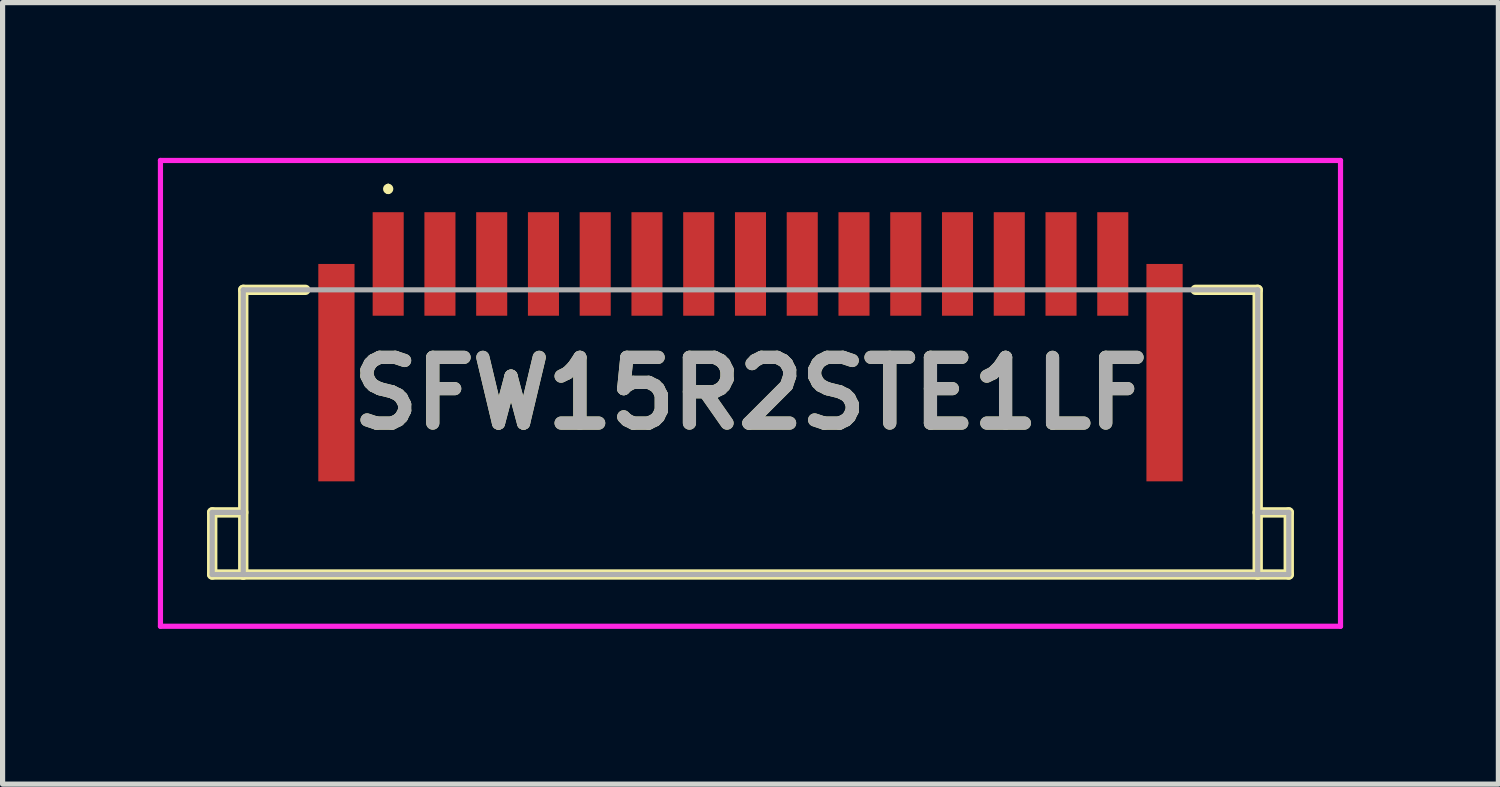
<source format=kicad_pcb>
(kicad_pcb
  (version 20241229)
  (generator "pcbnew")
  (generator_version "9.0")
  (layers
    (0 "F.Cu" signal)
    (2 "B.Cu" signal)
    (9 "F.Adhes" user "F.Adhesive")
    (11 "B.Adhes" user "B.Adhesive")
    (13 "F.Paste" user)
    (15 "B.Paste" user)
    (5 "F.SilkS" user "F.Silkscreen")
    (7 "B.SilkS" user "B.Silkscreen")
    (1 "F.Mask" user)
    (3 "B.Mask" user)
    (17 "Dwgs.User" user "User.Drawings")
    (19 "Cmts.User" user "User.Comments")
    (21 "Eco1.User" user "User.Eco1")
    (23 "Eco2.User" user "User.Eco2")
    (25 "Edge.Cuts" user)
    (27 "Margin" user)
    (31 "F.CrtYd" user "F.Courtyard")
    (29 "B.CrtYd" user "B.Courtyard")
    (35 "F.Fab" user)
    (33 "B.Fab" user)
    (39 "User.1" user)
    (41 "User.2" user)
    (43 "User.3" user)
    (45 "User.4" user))
  (footprint "SFW15R2STE1LF"
    (layer "F.Cu")
    (at 11.45 5.3)
    (property "Reference" "SFW15R2STE1LF" (at 0 -0.75 0) (layer "F.SilkS") (effects (font (size 1.27 1.27) (thickness 0.254))))
    (attr smd)
    (fp_line (start -10.4 1.55) (end -10.4 2.75) (stroke (width 0.2) (type solid)) (layer "F.SilkS"))
    (fp_line (start -10.4 2.75) (end -9.8 2.75) (stroke (width 0.2) (type solid)) (layer "F.SilkS"))
    (fp_line (start -9.8 -2.75) (end -9.8 2.75) (stroke (width 0.2) (type solid)) (layer "F.SilkS"))
    (fp_line (start -9.8 1.55) (end -10.4 1.55) (stroke (width 0.2) (type solid)) (layer "F.SilkS"))
    (fp_line (start -9.8 2.75) (end 9.8 2.75) (stroke (width 0.2) (type solid)) (layer "F.SilkS"))
    (fp_line (start -8.6 -2.75) (end -9.8 -2.75) (stroke (width 0.2) (type solid)) (layer "F.SilkS"))
    (fp_line (start -7 -4.75) (end -7 -4.75) (stroke (width 0.1) (type solid)) (layer "F.SilkS"))
    (fp_line (start -7 -4.65) (end -7 -4.65) (stroke (width 0.1) (type solid)) (layer "F.SilkS"))
    (fp_line (start 9.8 -2.75) (end 8.6 -2.75) (stroke (width 0.2) (type solid)) (layer "F.SilkS"))
    (fp_line (start 9.8 1.55) (end 10.4 1.55) (stroke (width 0.2) (type solid)) (layer "F.SilkS"))
    (fp_line (start 9.8 2.75) (end 9.8 -2.75) (stroke (width 0.2) (type solid)) (layer "F.SilkS"))
    (fp_line (start 10.4 1.55) (end 10.4 2.75) (stroke (width 0.2) (type solid)) (layer "F.SilkS"))
    (fp_line (start 10.4 2.75) (end 9.8 2.75) (stroke (width 0.2) (type solid)) (layer "F.SilkS"))
    (fp_arc (start -7 -4.75) (mid -6.95 -4.7) (end -7 -4.65) (stroke (width 0.1) (type solid)) (layer "F.SilkS"))
    (fp_arc (start -7 -4.65) (mid -7.05 -4.7) (end -7 -4.75) (stroke (width 0.1) (type solid)) (layer "F.SilkS"))
    (fp_line (start -11.4 -5.25) (end 11.4 -5.25) (stroke (width 0.1) (type solid)) (layer "F.CrtYd"))
    (fp_line (start -11.4 3.75) (end -11.4 -5.25) (stroke (width 0.1) (type solid)) (layer "F.CrtYd"))
    (fp_line (start 11.4 -5.25) (end 11.4 3.75) (stroke (width 0.1) (type solid)) (layer "F.CrtYd"))
    (fp_line (start 11.4 3.75) (end -11.4 3.75) (stroke (width 0.1) (type solid)) (layer "F.CrtYd"))
    (fp_line (start -10.4 1.55) (end -9.8 1.55) (stroke (width 0.1) (type solid)) (layer "F.Fab"))
    (fp_line (start -10.4 2.75) (end -10.4 1.55) (stroke (width 0.1) (type solid)) (layer "F.Fab"))
    (fp_line (start -9.8 -2.75) (end 9.8 -2.75) (stroke (width 0.1) (type solid)) (layer "F.Fab"))
    (fp_line (start -9.8 2.75) (end -10.4 2.75) (stroke (width 0.1) (type solid)) (layer "F.Fab"))
    (fp_line (start -9.8 2.75) (end -9.8 -2.75) (stroke (width 0.1) (type solid)) (layer "F.Fab"))
    (fp_line (start 9.8 -2.75) (end 9.8 2.75) (stroke (width 0.1) (type solid)) (layer "F.Fab"))
    (fp_line (start 9.8 2.75) (end -9.8 2.75) (stroke (width 0.1) (type solid)) (layer "F.Fab"))
    (fp_line (start 9.8 2.75) (end 10.4 2.75) (stroke (width 0.1) (type solid)) (layer "F.Fab"))
    (fp_line (start 10.4 1.55) (end 9.8 1.55) (stroke (width 0.1) (type solid)) (layer "F.Fab"))
    (fp_line (start 10.4 2.75) (end 10.4 1.55) (stroke (width 0.1) (type solid)) (layer "F.Fab"))
    (fp_text user "${REFERENCE}" (at 0 -0.75 0) (layer "F.Fab") (effects (font (size 1.27 1.27) (thickness 0.254))))
    (pad "1" smd rect (at -7 -3.25) (size 0.6 2) (layers "F.Cu" "F.Mask" "F.Paste"))
    (pad "2" smd rect (at -6 -3.25) (size 0.6 2) (layers "F.Cu" "F.Mask" "F.Paste"))
    (pad "3" smd rect (at -5 -3.25) (size 0.6 2) (layers "F.Cu" "F.Mask" "F.Paste"))
    (pad "4" smd rect (at -4 -3.25) (size 0.6 2) (layers "F.Cu" "F.Mask" "F.Paste"))
    (pad "5" smd rect (at -3 -3.25) (size 0.6 2) (layers "F.Cu" "F.Mask" "F.Paste"))
    (pad "6" smd rect (at -2 -3.25) (size 0.6 2) (layers "F.Cu" "F.Mask" "F.Paste"))
    (pad "7" smd rect (at -1 -3.25) (size 0.6 2) (layers "F.Cu" "F.Mask" "F.Paste"))
    (pad "8" smd rect (at 0 -3.25) (size 0.6 2) (layers "F.Cu" "F.Mask" "F.Paste"))
    (pad "9" smd rect (at 1 -3.25) (size 0.6 2) (layers "F.Cu" "F.Mask" "F.Paste"))
    (pad "10" smd rect (at 2 -3.25) (size 0.6 2) (layers "F.Cu" "F.Mask" "F.Paste"))
    (pad "11" smd rect (at 3 -3.25) (size 0.6 2) (layers "F.Cu" "F.Mask" "F.Paste"))
    (pad "12" smd rect (at 4 -3.25) (size 0.6 2) (layers "F.Cu" "F.Mask" "F.Paste"))
    (pad "13" smd rect (at 5 -3.25) (size 0.6 2) (layers "F.Cu" "F.Mask" "F.Paste"))
    (pad "14" smd rect (at 6 -3.25) (size 0.6 2) (layers "F.Cu" "F.Mask" "F.Paste"))
    (pad "15" smd rect (at 7 -3.25) (size 0.6 2) (layers "F.Cu" "F.Mask" "F.Paste"))
    (pad "MP1" smd rect (at -8 -1.15) (size 0.7 4.2) (layers "F.Cu" "F.Mask" "F.Paste"))
    (pad "MP2" smd rect (at 8 -1.15) (size 0.7 4.2) (layers "F.Cu" "F.Mask" "F.Paste")))
  (gr_rect
    (start -3 -3)
    (end 25.9 12.1)
    (stroke (width 0.1) (type default))
    (fill no)
    (layer "Edge.Cuts")))
</source>
